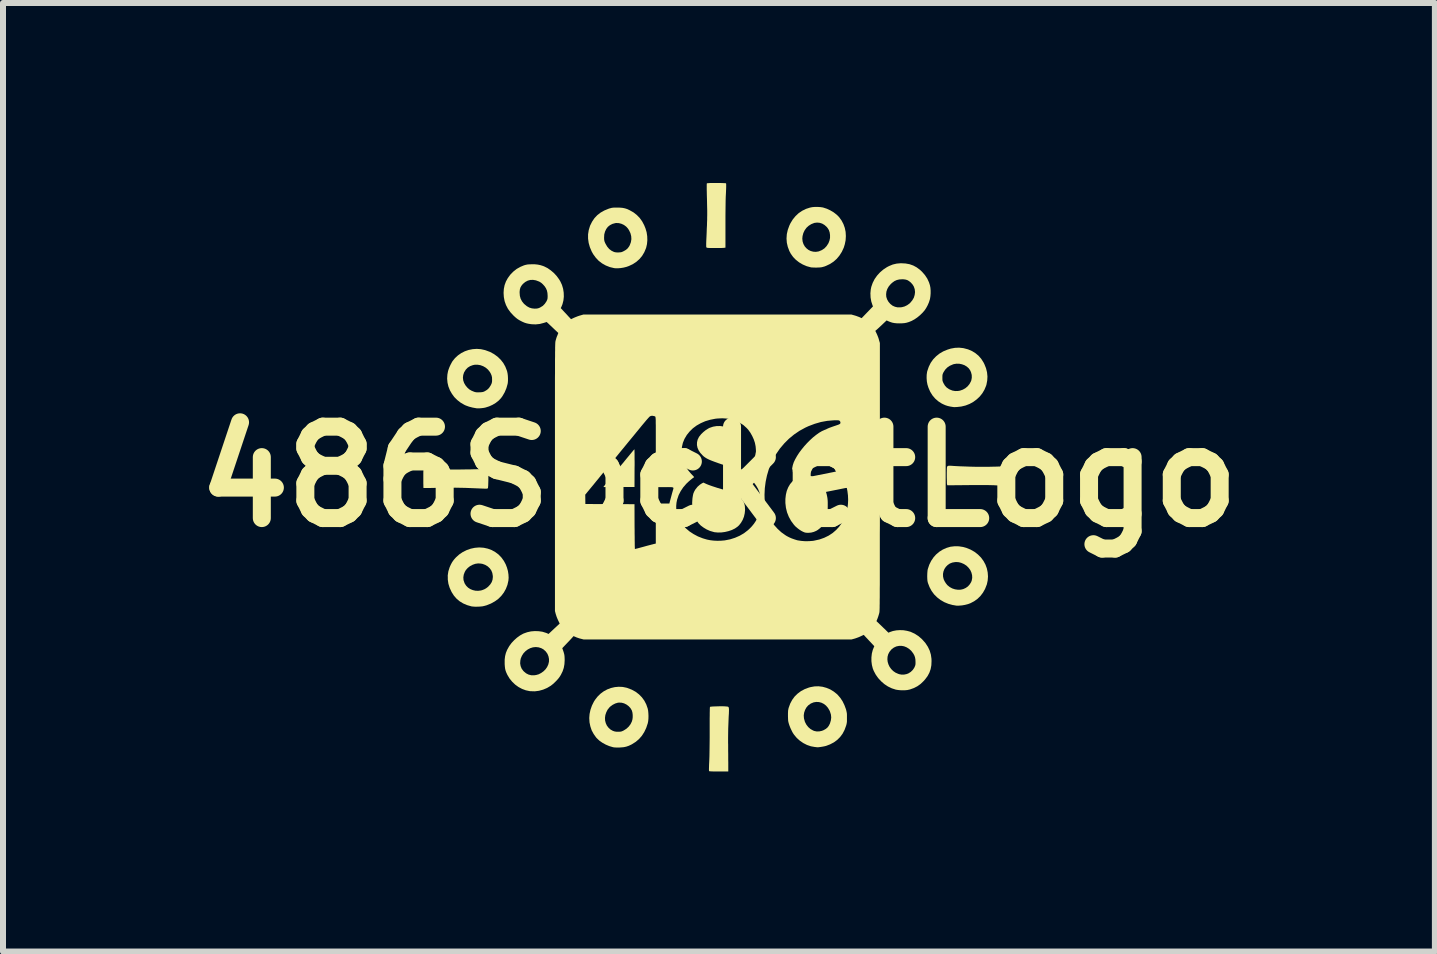
<source format=kicad_pcb>
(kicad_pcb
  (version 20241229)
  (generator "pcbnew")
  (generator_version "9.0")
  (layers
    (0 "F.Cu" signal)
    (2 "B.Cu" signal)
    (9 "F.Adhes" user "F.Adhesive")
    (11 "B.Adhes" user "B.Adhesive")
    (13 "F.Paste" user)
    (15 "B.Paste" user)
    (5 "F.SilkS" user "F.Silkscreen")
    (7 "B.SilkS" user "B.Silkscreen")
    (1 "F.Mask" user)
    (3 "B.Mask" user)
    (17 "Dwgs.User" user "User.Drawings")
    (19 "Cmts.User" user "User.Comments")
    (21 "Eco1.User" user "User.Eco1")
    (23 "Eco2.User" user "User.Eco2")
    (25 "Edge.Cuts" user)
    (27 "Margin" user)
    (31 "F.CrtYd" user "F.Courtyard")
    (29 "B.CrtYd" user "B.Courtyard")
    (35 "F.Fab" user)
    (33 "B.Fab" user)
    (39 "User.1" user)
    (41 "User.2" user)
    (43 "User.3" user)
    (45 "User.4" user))
  (footprint "486SocketLogo"
    (layer "F.Cu")
    (at 8.934 4.896)
    (property "Reference" "486SocketLogo" (at 0 0 0) (layer "F.SilkS") (effects (font (size 1.524 1.524) (thickness 0.3))))
    (attr board_only exclude_from_pos_files exclude_from_bom)
    (fp_poly (pts (xy -1.409 -0.452) (xy -1.408 -0.438) (xy -1.408 -0.414) (xy -1.407 -0.383) (xy -1.407 -0.344) (xy -1.407 -0.299) (xy -1.406 -0.248) (xy -1.406 -0.192) (xy -1.407 -0.144) (xy -1.408 0.171) (xy -1.667 0.172) (xy -1.718 0.173) (xy -1.766 0.173) (xy -1.809 0.173) (xy -1.847 0.173) (xy -1.879 0.172) (xy -1.904 0.172) (xy -1.92 0.172) (xy -1.926 0.171) (xy -1.926 0.171) (xy -1.923 0.167) (xy -1.914 0.155) (xy -1.9 0.138) (xy -1.882 0.115) (xy -1.86 0.088) (xy -1.836 0.058) (xy -1.828 0.049) (xy -1.803 0.018) (xy -1.772 -0.019) (xy -1.738 -0.061) (xy -1.701 -0.106) (xy -1.662 -0.153) (xy -1.624 -0.2) (xy -1.586 -0.245) (xy -1.572 -0.263) (xy -1.54 -0.302) (xy -1.51 -0.338) (xy -1.483 -0.371) (xy -1.459 -0.4) (xy -1.439 -0.424) (xy -1.424 -0.442) (xy -1.414 -0.453) (xy -1.41 -0.457)) (stroke (width 0) (type solid)) (fill yes) (layer "F.SilkS"))
    (fp_poly (pts (xy 0.078 -0.837) (xy 0.135 -0.821) (xy 0.189 -0.796) (xy 0.238 -0.763) (xy 0.282 -0.723) (xy 0.305 -0.696) (xy 0.331 -0.653) (xy 0.349 -0.604) (xy 0.36 -0.549) (xy 0.362 -0.488) (xy 0.362 -0.469) (xy 0.354 -0.411) (xy 0.339 -0.36) (xy 0.314 -0.314) (xy 0.282 -0.275) (xy 0.24 -0.242) (xy 0.221 -0.23) (xy 0.208 -0.225) (xy 0.188 -0.218) (xy 0.163 -0.211) (xy 0.138 -0.204) (xy 0.113 -0.199) (xy 0.094 -0.196) (xy 0.082 -0.195) (xy 0.076 -0.197) (xy 0.061 -0.202) (xy 0.039 -0.209) (xy 0.013 -0.218) (xy -0.017 -0.228) (xy -0.018 -0.229) (xy -0.072 -0.248) (xy -0.117 -0.265) (xy -0.154 -0.28) (xy -0.186 -0.295) (xy -0.212 -0.309) (xy -0.235 -0.324) (xy -0.255 -0.339) (xy -0.272 -0.355) (xy -0.31 -0.396) (xy -0.339 -0.439) (xy -0.358 -0.483) (xy -0.367 -0.528) (xy -0.366 -0.573) (xy -0.356 -0.617) (xy -0.335 -0.66) (xy -0.33 -0.668) (xy -0.299 -0.707) (xy -0.261 -0.744) (xy -0.219 -0.778) (xy -0.175 -0.805) (xy -0.155 -0.815) (xy -0.099 -0.834) (xy -0.04 -0.844) (xy 0.019 -0.845)) (stroke (width 0) (type solid)) (fill yes) (layer "F.SilkS"))
    (fp_poly (pts (xy -0.236 0.109) (xy -0.21 0.121) (xy -0.181 0.133) (xy -0.149 0.145) (xy -0.112 0.158) (xy -0.069 0.172) (xy -0.02 0.188) (xy 0.038 0.205) (xy 0.076 0.216) (xy 0.137 0.235) (xy 0.188 0.252) (xy 0.232 0.27) (xy 0.269 0.287) (xy 0.301 0.306) (xy 0.329 0.327) (xy 0.355 0.35) (xy 0.362 0.356) (xy 0.389 0.385) (xy 0.407 0.413) (xy 0.42 0.442) (xy 0.429 0.476) (xy 0.432 0.498) (xy 0.435 0.554) (xy 0.429 0.611) (xy 0.416 0.667) (xy 0.395 0.72) (xy 0.367 0.768) (xy 0.334 0.81) (xy 0.309 0.833) (xy 0.266 0.863) (xy 0.215 0.888) (xy 0.159 0.907) (xy 0.1 0.921) (xy 0.04 0.929) (xy -0.019 0.93) (xy -0.074 0.925) (xy -0.089 0.921) (xy -0.148 0.904) (xy -0.205 0.879) (xy -0.257 0.848) (xy -0.304 0.813) (xy -0.342 0.774) (xy -0.346 0.768) (xy -0.384 0.712) (xy -0.413 0.651) (xy -0.433 0.584) (xy -0.444 0.512) (xy -0.447 0.435) (xy -0.442 0.36) (xy -0.435 0.316) (xy -0.427 0.28) (xy -0.414 0.249) (xy -0.397 0.218) (xy -0.392 0.211) (xy -0.357 0.167) (xy -0.317 0.132) (xy -0.288 0.113) (xy -0.26 0.098)) (stroke (width 0) (type solid)) (fill yes) (layer "F.SilkS"))
    (fp_poly (pts (xy 1.484 -0.019) (xy 1.54 -0.008) (xy 1.594 0.012) (xy 1.647 0.042) (xy 1.683 0.068) (xy 1.703 0.086) (xy 1.717 0.101) (xy 1.729 0.119) (xy 1.741 0.141) (xy 1.742 0.144) (xy 1.763 0.192) (xy 1.78 0.24) (xy 1.795 0.292) (xy 1.801 0.32) (xy 1.805 0.34) (xy 1.808 0.359) (xy 1.81 0.378) (xy 1.812 0.4) (xy 1.813 0.426) (xy 1.813 0.459) (xy 1.813 0.492) (xy 1.812 0.549) (xy 1.809 0.597) (xy 1.805 0.638) (xy 1.799 0.673) (xy 1.79 0.705) (xy 1.779 0.734) (xy 1.774 0.744) (xy 1.751 0.784) (xy 1.72 0.822) (xy 1.684 0.858) (xy 1.647 0.887) (xy 1.62 0.903) (xy 1.58 0.92) (xy 1.537 0.931) (xy 1.494 0.935) (xy 1.454 0.934) (xy 1.432 0.93) (xy 1.404 0.919) (xy 1.373 0.903) (xy 1.339 0.881) (xy 1.306 0.856) (xy 1.276 0.83) (xy 1.251 0.803) (xy 1.25 0.802) (xy 1.202 0.737) (xy 1.164 0.668) (xy 1.135 0.595) (xy 1.116 0.518) (xy 1.107 0.438) (xy 1.107 0.371) (xy 1.115 0.301) (xy 1.13 0.236) (xy 1.154 0.177) (xy 1.185 0.124) (xy 1.223 0.079) (xy 1.268 0.041) (xy 1.319 0.011) (xy 1.32 0.01) (xy 1.373 -0.009) (xy 1.428 -0.019)) (stroke (width 0) (type solid)) (fill yes) (layer "F.SilkS"))
    (fp_poly (pts (xy -0.023 -4.896) (xy 0.012 -4.896) (xy 0.044 -4.895) (xy 0.073 -4.894) (xy 0.096 -4.893) (xy 0.111 -4.892) (xy 0.117 -4.89) (xy 0.119 -4.885) (xy 0.12 -4.874) (xy 0.12 -4.856) (xy 0.12 -4.829) (xy 0.119 -4.795) (xy 0.117 -4.751) (xy 0.116 -4.725) (xy 0.113 -4.67) (xy 0.111 -4.604) (xy 0.11 -4.528) (xy 0.109 -4.442) (xy 0.108 -4.345) (xy 0.108 -4.237) (xy 0.108 -4.192) (xy 0.108 -3.818) (xy 0.084 -3.815) (xy 0.072 -3.814) (xy 0.052 -3.813) (xy 0.025 -3.812) (xy -0.007 -3.812) (xy -0.041 -3.812) (xy -0.076 -3.812) (xy -0.109 -3.812) (xy -0.14 -3.812) (xy -0.165 -3.813) (xy -0.183 -3.814) (xy -0.19 -3.814) (xy -0.203 -3.818) (xy -0.21 -3.823) (xy -0.212 -3.829) (xy -0.213 -3.84) (xy -0.213 -3.859) (xy -0.213 -3.886) (xy -0.212 -3.921) (xy -0.21 -3.966) (xy -0.208 -4.006) (xy -0.205 -4.076) (xy -0.203 -4.138) (xy -0.2 -4.191) (xy -0.199 -4.239) (xy -0.197 -4.282) (xy -0.197 -4.321) (xy -0.196 -4.359) (xy -0.196 -4.396) (xy -0.196 -4.435) (xy -0.197 -4.476) (xy -0.198 -4.521) (xy -0.199 -4.571) (xy -0.2 -4.624) (xy -0.202 -4.688) (xy -0.203 -4.742) (xy -0.204 -4.787) (xy -0.204 -4.823) (xy -0.204 -4.85) (xy -0.204 -4.87) (xy -0.203 -4.883) (xy -0.202 -4.89) (xy -0.201 -4.89) (xy -0.194 -4.892) (xy -0.179 -4.893) (xy -0.156 -4.895) (xy -0.127 -4.896) (xy -0.094 -4.896) (xy -0.059 -4.896)) (stroke (width 0) (type solid)) (fill yes) (layer "F.SilkS"))
    (fp_poly (pts (xy 0.055 3.826) (xy 0.083 3.827) (xy 0.106 3.828) (xy 0.112 3.829) (xy 0.126 3.83) (xy 0.138 3.831) (xy 0.148 3.833) (xy 0.155 3.836) (xy 0.161 3.843) (xy 0.164 3.853) (xy 0.166 3.868) (xy 0.167 3.888) (xy 0.166 3.916) (xy 0.165 3.951) (xy 0.162 3.995) (xy 0.16 4.042) (xy 0.157 4.122) (xy 0.154 4.198) (xy 0.153 4.274) (xy 0.152 4.354) (xy 0.152 4.439) (xy 0.153 4.461) (xy 0.153 4.514) (xy 0.153 4.568) (xy 0.154 4.622) (xy 0.154 4.674) (xy 0.154 4.721) (xy 0.155 4.763) (xy 0.155 4.795) (xy 0.155 4.797) (xy 0.155 4.913) (xy -0.002 4.913) (xy -0.049 4.913) (xy -0.086 4.913) (xy -0.115 4.912) (xy -0.137 4.911) (xy -0.151 4.91) (xy -0.16 4.909) (xy -0.164 4.907) (xy -0.164 4.907) (xy -0.166 4.901) (xy -0.167 4.887) (xy -0.167 4.866) (xy -0.166 4.836) (xy -0.165 4.797) (xy -0.163 4.759) (xy -0.161 4.715) (xy -0.159 4.661) (xy -0.158 4.598) (xy -0.157 4.525) (xy -0.156 4.442) (xy -0.155 4.349) (xy -0.155 4.246) (xy -0.155 4.231) (xy -0.155 4.152) (xy -0.155 4.084) (xy -0.155 4.026) (xy -0.154 3.976) (xy -0.154 3.935) (xy -0.153 3.901) (xy -0.153 3.876) (xy -0.152 3.857) (xy -0.151 3.844) (xy -0.15 3.838) (xy -0.149 3.836) (xy -0.142 3.834) (xy -0.126 3.832) (xy -0.103 3.83) (xy -0.075 3.829) (xy -0.043 3.828) (xy -0.01 3.827) (xy 0.024 3.826)) (stroke (width 0) (type solid)) (fill yes) (layer "F.SilkS"))
    (fp_poly (pts (xy 3.851 -0.183) (xy 3.875 -0.182) (xy 3.906 -0.18) (xy 3.916 -0.179) (xy 4.01 -0.174) (xy 4.096 -0.171) (xy 4.176 -0.168) (xy 4.252 -0.166) (xy 4.326 -0.165) (xy 4.402 -0.165) (xy 4.48 -0.165) (xy 4.563 -0.167) (xy 4.612 -0.168) (xy 4.674 -0.17) (xy 4.727 -0.171) (xy 4.77 -0.172) (xy 4.805 -0.172) (xy 4.832 -0.172) (xy 4.852 -0.172) (xy 4.865 -0.171) (xy 4.873 -0.17) (xy 4.875 -0.169) (xy 4.877 -0.162) (xy 4.878 -0.147) (xy 4.879 -0.124) (xy 4.88 -0.095) (xy 4.881 -0.063) (xy 4.882 -0.028) (xy 4.882 0.008) (xy 4.882 0.043) (xy 4.882 0.075) (xy 4.881 0.103) (xy 4.88 0.125) (xy 4.879 0.14) (xy 4.877 0.146) (xy 4.871 0.149) (xy 4.858 0.151) (xy 4.837 0.152) (xy 4.808 0.152) (xy 4.77 0.151) (xy 4.723 0.149) (xy 4.667 0.146) (xy 4.618 0.144) (xy 4.585 0.142) (xy 4.548 0.141) (xy 4.509 0.14) (xy 4.465 0.139) (xy 4.416 0.139) (xy 4.361 0.139) (xy 4.298 0.139) (xy 4.227 0.139) (xy 4.146 0.14) (xy 4.146 0.14) (xy 3.806 0.143) (xy 3.802 0.128) (xy 3.8 0.119) (xy 3.799 0.101) (xy 3.799 0.075) (xy 3.798 0.044) (xy 3.797 0.009) (xy 3.797 -0.025) (xy 3.797 -0.067) (xy 3.798 -0.099) (xy 3.798 -0.124) (xy 3.799 -0.142) (xy 3.8 -0.154) (xy 3.801 -0.162) (xy 3.804 -0.168) (xy 3.807 -0.172) (xy 3.808 -0.174) (xy 3.813 -0.178) (xy 3.817 -0.18) (xy 3.824 -0.182) (xy 3.835 -0.183)) (stroke (width 0) (type solid)) (fill yes) (layer "F.SilkS"))
    (fp_poly (pts (xy -4.871 -0.135) (xy -4.843 -0.134) (xy -4.806 -0.133) (xy -4.779 -0.132) (xy -4.734 -0.13) (xy -4.686 -0.128) (xy -4.639 -0.125) (xy -4.594 -0.123) (xy -4.555 -0.122) (xy -4.539 -0.121) (xy -4.512 -0.12) (xy -4.475 -0.12) (xy -4.431 -0.12) (xy -4.38 -0.12) (xy -4.323 -0.12) (xy -4.262 -0.121) (xy -4.199 -0.122) (xy -4.149 -0.122) (xy -4.083 -0.124) (xy -4.027 -0.125) (xy -3.981 -0.125) (xy -3.943 -0.126) (xy -3.912 -0.126) (xy -3.889 -0.125) (xy -3.872 -0.125) (xy -3.86 -0.124) (xy -3.853 -0.123) (xy -3.851 -0.122) (xy -3.849 -0.114) (xy -3.847 -0.098) (xy -3.846 -0.075) (xy -3.845 -0.046) (xy -3.844 -0.013) (xy -3.844 0.022) (xy -3.844 0.058) (xy -3.845 0.092) (xy -3.846 0.124) (xy -3.847 0.152) (xy -3.849 0.173) (xy -3.85 0.187) (xy -3.852 0.191) (xy -3.855 0.194) (xy -3.859 0.196) (xy -3.865 0.198) (xy -3.874 0.199) (xy -3.888 0.199) (xy -3.907 0.199) (xy -3.931 0.198) (xy -3.963 0.197) (xy -4.004 0.195) (xy -4.053 0.193) (xy -4.079 0.192) (xy -4.23 0.186) (xy -4.392 0.183) (xy -4.563 0.184) (xy -4.725 0.186) (xy -4.775 0.187) (xy -4.819 0.188) (xy -4.857 0.188) (xy -4.887 0.188) (xy -4.91 0.188) (xy -4.923 0.187) (xy -4.927 0.186) (xy -4.927 0.18) (xy -4.927 0.165) (xy -4.927 0.141) (xy -4.928 0.112) (xy -4.928 0.077) (xy -4.928 0.038) (xy -4.928 0.029) (xy -4.928 -0.023) (xy -4.928 -0.065) (xy -4.927 -0.097) (xy -4.926 -0.118) (xy -4.924 -0.129) (xy -4.923 -0.13) (xy -4.92 -0.133) (xy -4.915 -0.134) (xy -4.906 -0.135) (xy -4.891 -0.136)) (stroke (width 0) (type solid)) (fill yes) (layer "F.SilkS"))
    (fp_poly (pts (xy -3.921 1.184) (xy -3.853 1.199) (xy -3.788 1.223) (xy -3.729 1.256) (xy -3.674 1.297) (xy -3.626 1.347) (xy -3.585 1.404) (xy -3.555 1.46) (xy -3.534 1.514) (xy -3.518 1.571) (xy -3.509 1.629) (xy -3.506 1.685) (xy -3.51 1.732) (xy -3.526 1.803) (xy -3.552 1.87) (xy -3.586 1.931) (xy -3.628 1.986) (xy -3.678 2.036) (xy -3.736 2.078) (xy -3.801 2.114) (xy -3.873 2.143) (xy -3.909 2.153) (xy -3.939 2.16) (xy -3.976 2.164) (xy -4.015 2.166) (xy -4.055 2.167) (xy -4.091 2.165) (xy -4.12 2.162) (xy -4.126 2.161) (xy -4.199 2.14) (xy -4.264 2.112) (xy -4.322 2.077) (xy -4.373 2.034) (xy -4.417 1.984) (xy -4.454 1.926) (xy -4.457 1.921) (xy -4.489 1.852) (xy -4.51 1.784) (xy -4.52 1.715) (xy -4.52 1.677) (xy -4.261 1.677) (xy -4.258 1.723) (xy -4.243 1.768) (xy -4.237 1.782) (xy -4.213 1.818) (xy -4.182 1.849) (xy -4.145 1.873) (xy -4.103 1.89) (xy -4.059 1.9) (xy -4.013 1.902) (xy -3.967 1.896) (xy -3.946 1.89) (xy -3.91 1.876) (xy -3.882 1.86) (xy -3.854 1.839) (xy -3.846 1.832) (xy -3.812 1.795) (xy -3.788 1.757) (xy -3.774 1.716) (xy -3.769 1.671) (xy -3.77 1.651) (xy -3.778 1.604) (xy -3.795 1.562) (xy -3.821 1.526) (xy -3.854 1.495) (xy -3.895 1.47) (xy -3.941 1.453) (xy -3.969 1.448) (xy -4.015 1.445) (xy -4.062 1.452) (xy -4.107 1.468) (xy -4.15 1.491) (xy -4.188 1.521) (xy -4.219 1.556) (xy -4.237 1.587) (xy -4.254 1.632) (xy -4.261 1.677) (xy -4.52 1.677) (xy -4.521 1.646) (xy -4.511 1.578) (xy -4.49 1.511) (xy -4.47 1.466) (xy -4.452 1.432) (xy -4.433 1.403) (xy -4.412 1.376) (xy -4.386 1.347) (xy -4.382 1.343) (xy -4.33 1.296) (xy -4.271 1.256) (xy -4.207 1.224) (xy -4.139 1.2) (xy -4.069 1.185) (xy -3.998 1.179) (xy -3.994 1.179)) (stroke (width 0) (type solid)) (fill yes) (layer "F.SilkS"))
    (fp_poly (pts (xy 3.998 1.16) (xy 4.069 1.171) (xy 4.123 1.186) (xy 4.194 1.215) (xy 4.259 1.252) (xy 4.316 1.296) (xy 4.367 1.347) (xy 4.409 1.404) (xy 4.442 1.465) (xy 4.465 1.528) (xy 4.479 1.595) (xy 4.484 1.662) (xy 4.479 1.73) (xy 4.465 1.795) (xy 4.462 1.802) (xy 4.435 1.871) (xy 4.4 1.933) (xy 4.358 1.988) (xy 4.309 2.036) (xy 4.253 2.076) (xy 4.192 2.108) (xy 4.152 2.123) (xy 4.102 2.136) (xy 4.05 2.145) (xy 3.999 2.149) (xy 3.961 2.149) (xy 3.945 2.147) (xy 3.924 2.143) (xy 3.9 2.139) (xy 3.897 2.139) (xy 3.824 2.119) (xy 3.756 2.091) (xy 3.693 2.055) (xy 3.636 2.011) (xy 3.586 1.961) (xy 3.544 1.904) (xy 3.51 1.841) (xy 3.484 1.774) (xy 3.478 1.753) (xy 3.474 1.728) (xy 3.472 1.696) (xy 3.471 1.66) (xy 3.472 1.623) (xy 3.472 1.62) (xy 3.734 1.62) (xy 3.735 1.665) (xy 3.745 1.708) (xy 3.76 1.741) (xy 3.781 1.775) (xy 3.805 1.805) (xy 3.81 1.81) (xy 3.846 1.839) (xy 3.888 1.862) (xy 3.934 1.877) (xy 3.982 1.884) (xy 4.029 1.883) (xy 4.072 1.873) (xy 4.113 1.854) (xy 4.15 1.828) (xy 4.18 1.794) (xy 4.203 1.757) (xy 4.213 1.731) (xy 4.221 1.686) (xy 4.219 1.642) (xy 4.208 1.598) (xy 4.189 1.556) (xy 4.161 1.518) (xy 4.127 1.484) (xy 4.086 1.457) (xy 4.078 1.453) (xy 4.036 1.435) (xy 3.997 1.425) (xy 3.957 1.422) (xy 3.935 1.423) (xy 3.889 1.431) (xy 3.848 1.447) (xy 3.812 1.472) (xy 3.782 1.502) (xy 3.758 1.538) (xy 3.742 1.578) (xy 3.734 1.62) (xy 3.472 1.62) (xy 3.474 1.588) (xy 3.477 1.557) (xy 3.481 1.539) (xy 3.505 1.467) (xy 3.537 1.402) (xy 3.577 1.343) (xy 3.618 1.297) (xy 3.672 1.251) (xy 3.731 1.214) (xy 3.794 1.186) (xy 3.859 1.167) (xy 3.928 1.159)) (stroke (width 0) (type solid)) (fill yes) (layer "F.SilkS"))
    (fp_poly (pts (xy 1.691 -4.494) (xy 1.732 -4.488) (xy 1.742 -4.485) (xy 1.8 -4.466) (xy 1.857 -4.439) (xy 1.911 -4.407) (xy 1.959 -4.37) (xy 2 -4.33) (xy 2.004 -4.325) (xy 2.043 -4.271) (xy 2.074 -4.212) (xy 2.097 -4.148) (xy 2.111 -4.081) (xy 2.115 -4.012) (xy 2.111 -3.942) (xy 2.097 -3.873) (xy 2.08 -3.818) (xy 2.048 -3.749) (xy 2.008 -3.686) (xy 1.962 -3.631) (xy 1.909 -3.584) (xy 1.849 -3.545) (xy 1.784 -3.514) (xy 1.758 -3.504) (xy 1.736 -3.498) (xy 1.718 -3.493) (xy 1.7 -3.49) (xy 1.679 -3.488) (xy 1.652 -3.487) (xy 1.632 -3.486) (xy 1.602 -3.486) (xy 1.574 -3.487) (xy 1.551 -3.488) (xy 1.535 -3.489) (xy 1.532 -3.49) (xy 1.462 -3.509) (xy 1.397 -3.537) (xy 1.337 -3.572) (xy 1.283 -3.614) (xy 1.236 -3.662) (xy 1.198 -3.715) (xy 1.173 -3.762) (xy 1.147 -3.831) (xy 1.131 -3.901) (xy 1.126 -3.968) (xy 1.389 -3.968) (xy 1.394 -3.921) (xy 1.408 -3.878) (xy 1.429 -3.84) (xy 1.457 -3.808) (xy 1.491 -3.781) (xy 1.529 -3.762) (xy 1.571 -3.751) (xy 1.615 -3.748) (xy 1.66 -3.755) (xy 1.669 -3.758) (xy 1.716 -3.778) (xy 1.758 -3.806) (xy 1.793 -3.843) (xy 1.821 -3.886) (xy 1.826 -3.895) (xy 1.842 -3.937) (xy 1.851 -3.98) (xy 1.851 -4.026) (xy 1.851 -4.029) (xy 1.845 -4.072) (xy 1.832 -4.111) (xy 1.81 -4.146) (xy 1.794 -4.165) (xy 1.759 -4.196) (xy 1.72 -4.219) (xy 1.679 -4.232) (xy 1.636 -4.236) (xy 1.593 -4.231) (xy 1.586 -4.229) (xy 1.538 -4.21) (xy 1.494 -4.182) (xy 1.457 -4.148) (xy 1.428 -4.107) (xy 1.406 -4.061) (xy 1.393 -4.011) (xy 1.389 -3.968) (xy 1.126 -3.968) (xy 1.126 -3.972) (xy 1.131 -4.044) (xy 1.147 -4.115) (xy 1.173 -4.186) (xy 1.191 -4.224) (xy 1.23 -4.288) (xy 1.276 -4.344) (xy 1.328 -4.393) (xy 1.387 -4.433) (xy 1.453 -4.465) (xy 1.515 -4.485) (xy 1.553 -4.493) (xy 1.598 -4.497) (xy 1.645 -4.497)) (stroke (width 0) (type solid)) (fill yes) (layer "F.SilkS"))
    (fp_poly (pts (xy -1.605 3.504) (xy -1.541 3.517) (xy -1.525 3.522) (xy -1.453 3.55) (xy -1.389 3.585) (xy -1.333 3.628) (xy -1.285 3.677) (xy -1.244 3.733) (xy -1.212 3.795) (xy -1.188 3.864) (xy -1.181 3.899) (xy -1.177 3.941) (xy -1.175 3.987) (xy -1.176 4.033) (xy -1.18 4.075) (xy -1.187 4.111) (xy -1.188 4.113) (xy -1.213 4.188) (xy -1.246 4.257) (xy -1.286 4.319) (xy -1.333 4.373) (xy -1.387 4.419) (xy -1.447 4.457) (xy -1.461 4.465) (xy -1.504 4.485) (xy -1.545 4.499) (xy -1.586 4.508) (xy -1.632 4.512) (xy -1.661 4.514) (xy -1.701 4.514) (xy -1.733 4.513) (xy -1.759 4.51) (xy -1.768 4.508) (xy -1.829 4.49) (xy -1.888 4.465) (xy -1.944 4.434) (xy -1.994 4.399) (xy -2.036 4.359) (xy -2.048 4.346) (xy -2.089 4.288) (xy -2.122 4.227) (xy -2.144 4.161) (xy -2.158 4.094) (xy -2.162 4.025) (xy -2.162 4.019) (xy -1.9 4.019) (xy -1.898 4.064) (xy -1.887 4.107) (xy -1.869 4.147) (xy -1.842 4.183) (xy -1.808 4.214) (xy -1.799 4.219) (xy -1.769 4.236) (xy -1.739 4.246) (xy -1.707 4.251) (xy -1.675 4.251) (xy -1.651 4.25) (xy -1.633 4.248) (xy -1.617 4.243) (xy -1.599 4.235) (xy -1.587 4.229) (xy -1.543 4.201) (xy -1.505 4.166) (xy -1.474 4.125) (xy -1.452 4.08) (xy -1.442 4.044) (xy -1.438 4.009) (xy -1.438 3.971) (xy -1.442 3.934) (xy -1.45 3.903) (xy -1.454 3.893) (xy -1.476 3.856) (xy -1.506 3.824) (xy -1.541 3.798) (xy -1.581 3.778) (xy -1.622 3.767) (xy -1.664 3.765) (xy -1.686 3.767) (xy -1.729 3.78) (xy -1.772 3.802) (xy -1.81 3.83) (xy -1.825 3.844) (xy -1.857 3.884) (xy -1.879 3.928) (xy -1.894 3.973) (xy -1.9 4.019) (xy -2.162 4.019) (xy -2.157 3.955) (xy -2.142 3.885) (xy -2.118 3.816) (xy -2.085 3.749) (xy -2.065 3.718) (xy -2.023 3.664) (xy -1.975 3.617) (xy -1.921 3.577) (xy -1.862 3.545) (xy -1.801 3.522) (xy -1.736 3.507) (xy -1.671 3.501)) (stroke (width 0) (type solid)) (fill yes) (layer "F.SilkS"))
    (fp_poly (pts (xy 4.068 -2.144) (xy 4.079 -2.142) (xy 4.151 -2.123) (xy 4.217 -2.095) (xy 4.275 -2.059) (xy 4.327 -2.016) (xy 4.372 -1.964) (xy 4.41 -1.904) (xy 4.424 -1.876) (xy 4.451 -1.809) (xy 4.468 -1.74) (xy 4.475 -1.67) (xy 4.471 -1.602) (xy 4.458 -1.534) (xy 4.452 -1.515) (xy 4.425 -1.45) (xy 4.39 -1.391) (xy 4.347 -1.337) (xy 4.296 -1.289) (xy 4.239 -1.247) (xy 4.177 -1.213) (xy 4.11 -1.187) (xy 4.039 -1.17) (xy 3.968 -1.162) (xy 3.946 -1.161) (xy 3.925 -1.16) (xy 3.91 -1.161) (xy 3.908 -1.161) (xy 3.857 -1.169) (xy 3.813 -1.179) (xy 3.773 -1.192) (xy 3.735 -1.209) (xy 3.711 -1.221) (xy 3.654 -1.258) (xy 3.603 -1.303) (xy 3.558 -1.356) (xy 3.521 -1.416) (xy 3.492 -1.482) (xy 3.475 -1.536) (xy 3.465 -1.588) (xy 3.461 -1.643) (xy 3.461 -1.65) (xy 3.724 -1.65) (xy 3.724 -1.625) (xy 3.725 -1.607) (xy 3.728 -1.593) (xy 3.734 -1.578) (xy 3.742 -1.559) (xy 3.743 -1.558) (xy 3.766 -1.519) (xy 3.794 -1.488) (xy 3.83 -1.463) (xy 3.844 -1.455) (xy 3.891 -1.436) (xy 3.936 -1.428) (xy 3.983 -1.429) (xy 4.015 -1.434) (xy 4.064 -1.451) (xy 4.107 -1.475) (xy 4.145 -1.507) (xy 4.176 -1.545) (xy 4.199 -1.588) (xy 4.206 -1.606) (xy 4.214 -1.65) (xy 4.213 -1.696) (xy 4.201 -1.742) (xy 4.186 -1.775) (xy 4.162 -1.808) (xy 4.13 -1.836) (xy 4.092 -1.859) (xy 4.05 -1.874) (xy 4.006 -1.883) (xy 3.96 -1.884) (xy 3.915 -1.877) (xy 3.9 -1.872) (xy 3.849 -1.85) (xy 3.806 -1.821) (xy 3.771 -1.785) (xy 3.743 -1.742) (xy 3.741 -1.738) (xy 3.733 -1.721) (xy 3.728 -1.707) (xy 3.725 -1.692) (xy 3.724 -1.674) (xy 3.724 -1.65) (xy 3.461 -1.65) (xy 3.462 -1.698) (xy 3.469 -1.748) (xy 3.473 -1.763) (xy 3.497 -1.833) (xy 3.529 -1.898) (xy 3.57 -1.956) (xy 3.619 -2.007) (xy 3.675 -2.052) (xy 3.738 -2.089) (xy 3.808 -2.118) (xy 3.862 -2.135) (xy 3.933 -2.148) (xy 4.002 -2.151)) (stroke (width 0) (type solid)) (fill yes) (layer "F.SilkS"))
    (fp_poly (pts (xy -1.648 -4.485) (xy -1.605 -4.481) (xy -1.567 -4.473) (xy -1.529 -4.461) (xy -1.491 -4.443) (xy -1.489 -4.442) (xy -1.425 -4.406) (xy -1.37 -4.363) (xy -1.322 -4.314) (xy -1.281 -4.257) (xy -1.247 -4.193) (xy -1.225 -4.139) (xy -1.206 -4.075) (xy -1.196 -4.008) (xy -1.194 -3.942) (xy -1.2 -3.877) (xy -1.214 -3.816) (xy -1.217 -3.808) (xy -1.245 -3.741) (xy -1.281 -3.681) (xy -1.325 -3.628) (xy -1.377 -3.582) (xy -1.436 -3.543) (xy -1.502 -3.512) (xy -1.541 -3.498) (xy -1.588 -3.486) (xy -1.637 -3.478) (xy -1.685 -3.474) (xy -1.728 -3.475) (xy -1.747 -3.477) (xy -1.819 -3.494) (xy -1.887 -3.521) (xy -1.949 -3.556) (xy -2.005 -3.599) (xy -2.054 -3.651) (xy -2.097 -3.71) (xy -2.122 -3.755) (xy -2.152 -3.826) (xy -2.172 -3.897) (xy -2.182 -3.969) (xy -2.182 -3.987) (xy -1.915 -3.987) (xy -1.915 -3.979) (xy -1.914 -3.954) (xy -1.911 -3.935) (xy -1.907 -3.919) (xy -1.899 -3.9) (xy -1.891 -3.883) (xy -1.863 -3.835) (xy -1.83 -3.796) (xy -1.792 -3.767) (xy -1.751 -3.747) (xy -1.732 -3.742) (xy -1.712 -3.739) (xy -1.686 -3.738) (xy -1.676 -3.738) (xy -1.651 -3.74) (xy -1.632 -3.742) (xy -1.615 -3.747) (xy -1.596 -3.756) (xy -1.589 -3.759) (xy -1.551 -3.781) (xy -1.521 -3.807) (xy -1.497 -3.84) (xy -1.486 -3.861) (xy -1.468 -3.91) (xy -1.46 -3.96) (xy -1.463 -4.01) (xy -1.476 -4.06) (xy -1.499 -4.108) (xy -1.517 -4.136) (xy -1.548 -4.17) (xy -1.585 -4.197) (xy -1.626 -4.216) (xy -1.669 -4.227) (xy -1.713 -4.229) (xy -1.728 -4.227) (xy -1.776 -4.214) (xy -1.817 -4.193) (xy -1.852 -4.165) (xy -1.879 -4.129) (xy -1.899 -4.087) (xy -1.912 -4.04) (xy -1.915 -3.987) (xy -2.182 -3.987) (xy -2.182 -4.04) (xy -2.171 -4.11) (xy -2.15 -4.179) (xy -2.147 -4.187) (xy -2.115 -4.251) (xy -2.076 -4.309) (xy -2.029 -4.359) (xy -1.974 -4.402) (xy -1.912 -4.437) (xy -1.842 -4.466) (xy -1.824 -4.472) (xy -1.804 -4.477) (xy -1.786 -4.482) (xy -1.768 -4.484) (xy -1.747 -4.486) (xy -1.721 -4.486) (xy -1.697 -4.486)) (stroke (width 0) (type solid)) (fill yes) (layer "F.SilkS"))
    (fp_poly (pts (xy -3.969 -2.126) (xy -3.901 -2.111) (xy -3.889 -2.107) (xy -3.816 -2.08) (xy -3.75 -2.044) (xy -3.691 -2.001) (xy -3.64 -1.952) (xy -3.596 -1.897) (xy -3.561 -1.835) (xy -3.535 -1.768) (xy -3.531 -1.755) (xy -3.524 -1.722) (xy -3.519 -1.683) (xy -3.517 -1.641) (xy -3.517 -1.6) (xy -3.52 -1.564) (xy -3.523 -1.547) (xy -3.543 -1.476) (xy -3.572 -1.407) (xy -3.609 -1.343) (xy -3.634 -1.309) (xy -3.673 -1.268) (xy -3.72 -1.231) (xy -3.773 -1.199) (xy -3.83 -1.173) (xy -3.889 -1.154) (xy -3.916 -1.148) (xy -3.938 -1.145) (xy -3.964 -1.142) (xy -3.991 -1.14) (xy -4.015 -1.14) (xy -4.033 -1.14) (xy -4.037 -1.14) (xy -4.105 -1.152) (xy -4.167 -1.168) (xy -4.222 -1.188) (xy -4.245 -1.199) (xy -4.307 -1.235) (xy -4.363 -1.279) (xy -4.412 -1.328) (xy -4.452 -1.383) (xy -4.485 -1.441) (xy -4.51 -1.504) (xy -4.525 -1.568) (xy -4.531 -1.635) (xy -4.53 -1.651) (xy -4.268 -1.651) (xy -4.263 -1.606) (xy -4.248 -1.562) (xy -4.224 -1.521) (xy -4.194 -1.485) (xy -4.162 -1.456) (xy -4.125 -1.434) (xy -4.084 -1.417) (xy -4.066 -1.411) (xy -4.049 -1.408) (xy -4.03 -1.406) (xy -4.005 -1.406) (xy -3.995 -1.407) (xy -3.968 -1.408) (xy -3.949 -1.41) (xy -3.933 -1.413) (xy -3.917 -1.419) (xy -3.904 -1.425) (xy -3.866 -1.448) (xy -3.834 -1.478) (xy -3.808 -1.517) (xy -3.801 -1.53) (xy -3.791 -1.551) (xy -3.786 -1.568) (xy -3.783 -1.583) (xy -3.782 -1.603) (xy -3.782 -1.618) (xy -3.783 -1.655) (xy -3.79 -1.686) (xy -3.802 -1.716) (xy -3.819 -1.746) (xy -3.85 -1.785) (xy -3.887 -1.817) (xy -3.93 -1.842) (xy -3.976 -1.859) (xy -4.024 -1.867) (xy -4.072 -1.866) (xy -4.102 -1.86) (xy -4.148 -1.843) (xy -4.188 -1.818) (xy -4.22 -1.785) (xy -4.246 -1.743) (xy -4.249 -1.738) (xy -4.263 -1.695) (xy -4.268 -1.651) (xy -4.53 -1.651) (xy -4.527 -1.702) (xy -4.516 -1.76) (xy -4.506 -1.791) (xy -4.492 -1.828) (xy -4.475 -1.865) (xy -4.457 -1.899) (xy -4.442 -1.925) (xy -4.4 -1.977) (xy -4.35 -2.023) (xy -4.295 -2.061) (xy -4.236 -2.091) (xy -4.172 -2.113) (xy -4.106 -2.126) (xy -4.038 -2.131)) (stroke (width 0) (type solid)) (fill yes) (layer "F.SilkS"))
    (fp_poly (pts (xy 1.726 3.501) (xy 1.791 3.519) (xy 1.854 3.545) (xy 1.913 3.581) (xy 1.967 3.624) (xy 1.979 3.636) (xy 2.022 3.686) (xy 2.06 3.743) (xy 2.091 3.807) (xy 2.116 3.874) (xy 2.12 3.888) (xy 2.125 3.91) (xy 2.129 3.929) (xy 2.132 3.948) (xy 2.133 3.97) (xy 2.133 3.998) (xy 2.133 4.021) (xy 2.133 4.054) (xy 2.133 4.079) (xy 2.131 4.098) (xy 2.128 4.115) (xy 2.124 4.133) (xy 2.119 4.15) (xy 2.093 4.221) (xy 2.06 4.284) (xy 2.019 4.339) (xy 1.971 4.387) (xy 1.915 4.428) (xy 1.852 4.461) (xy 1.787 4.486) (xy 1.768 4.491) (xy 1.744 4.496) (xy 1.717 4.501) (xy 1.691 4.505) (xy 1.667 4.508) (xy 1.648 4.51) (xy 1.638 4.51) (xy 1.631 4.509) (xy 1.617 4.507) (xy 1.598 4.505) (xy 1.597 4.505) (xy 1.531 4.493) (xy 1.467 4.471) (xy 1.406 4.44) (xy 1.349 4.401) (xy 1.297 4.355) (xy 1.253 4.302) (xy 1.243 4.288) (xy 1.226 4.261) (xy 1.209 4.227) (xy 1.191 4.189) (xy 1.176 4.151) (xy 1.165 4.118) (xy 1.16 4.1) (xy 1.156 4.084) (xy 1.153 4.067) (xy 1.152 4.049) (xy 1.151 4.025) (xy 1.15 3.994) (xy 1.15 3.982) (xy 1.15 3.977) (xy 1.413 3.977) (xy 1.416 4.023) (xy 1.418 4.034) (xy 1.433 4.087) (xy 1.457 4.133) (xy 1.488 4.173) (xy 1.526 4.206) (xy 1.569 4.23) (xy 1.589 4.238) (xy 1.629 4.246) (xy 1.672 4.245) (xy 1.715 4.236) (xy 1.743 4.225) (xy 1.78 4.204) (xy 1.808 4.181) (xy 1.83 4.152) (xy 1.848 4.117) (xy 1.85 4.112) (xy 1.865 4.062) (xy 1.871 4.013) (xy 1.866 3.964) (xy 1.85 3.914) (xy 1.842 3.896) (xy 1.816 3.852) (xy 1.784 3.815) (xy 1.748 3.787) (xy 1.708 3.767) (xy 1.666 3.756) (xy 1.622 3.754) (xy 1.578 3.761) (xy 1.534 3.779) (xy 1.522 3.786) (xy 1.486 3.813) (xy 1.457 3.847) (xy 1.435 3.887) (xy 1.42 3.931) (xy 1.413 3.977) (xy 1.15 3.977) (xy 1.15 3.947) (xy 1.151 3.92) (xy 1.152 3.899) (xy 1.155 3.882) (xy 1.158 3.866) (xy 1.162 3.851) (xy 1.187 3.782) (xy 1.22 3.72) (xy 1.261 3.664) (xy 1.31 3.616) (xy 1.366 3.574) (xy 1.43 3.54) (xy 1.5 3.514) (xy 1.526 3.507) (xy 1.592 3.495) (xy 1.659 3.493)) (stroke (width 0) (type solid)) (fill yes) (layer "F.SilkS"))
    (fp_poly (pts (xy 3.111 -3.554) (xy 3.177 -3.542) (xy 3.239 -3.52) (xy 3.296 -3.489) (xy 3.351 -3.448) (xy 3.385 -3.416) (xy 3.433 -3.361) (xy 3.472 -3.302) (xy 3.501 -3.239) (xy 3.516 -3.192) (xy 3.524 -3.152) (xy 3.528 -3.105) (xy 3.528 -3.055) (xy 3.524 -3.006) (xy 3.517 -2.962) (xy 3.514 -2.952) (xy 3.499 -2.905) (xy 3.478 -2.857) (xy 3.453 -2.811) (xy 3.43 -2.776) (xy 3.394 -2.734) (xy 3.352 -2.693) (xy 3.306 -2.655) (xy 3.259 -2.623) (xy 3.213 -2.598) (xy 3.204 -2.594) (xy 3.164 -2.578) (xy 3.127 -2.567) (xy 3.091 -2.56) (xy 3.05 -2.557) (xy 3.013 -2.556) (xy 2.965 -2.557) (xy 2.924 -2.561) (xy 2.888 -2.568) (xy 2.852 -2.58) (xy 2.827 -2.59) (xy 2.794 -2.605) (xy 2.735 -2.549) (xy 2.711 -2.526) (xy 2.686 -2.503) (xy 2.664 -2.482) (xy 2.645 -2.465) (xy 2.641 -2.461) (xy 2.606 -2.431) (xy 2.63 -2.381) (xy 2.642 -2.353) (xy 2.655 -2.32) (xy 2.665 -2.289) (xy 2.667 -2.28) (xy 2.682 -2.229) (xy 2.682 0) (xy 2.682 0.183) (xy 2.682 0.355) (xy 2.682 0.517) (xy 2.682 0.67) (xy 2.682 0.814) (xy 2.681 0.948) (xy 2.681 1.074) (xy 2.681 1.191) (xy 2.681 1.301) (xy 2.681 1.402) (xy 2.681 1.496) (xy 2.681 1.582) (xy 2.681 1.662) (xy 2.681 1.735) (xy 2.681 1.802) (xy 2.68 1.863) (xy 2.68 1.918) (xy 2.68 1.968) (xy 2.68 2.012) (xy 2.679 2.052) (xy 2.679 2.087) (xy 2.679 2.118) (xy 2.678 2.145) (xy 2.678 2.168) (xy 2.678 2.189) (xy 2.677 2.206) (xy 2.677 2.22) (xy 2.676 2.232) (xy 2.676 2.242) (xy 2.675 2.25) (xy 2.674 2.257) (xy 2.674 2.262) (xy 2.673 2.266) (xy 2.672 2.27) (xy 2.672 2.271) (xy 2.665 2.296) (xy 2.656 2.326) (xy 2.646 2.354) (xy 2.644 2.36) (xy 2.625 2.407) (xy 2.648 2.429) (xy 2.659 2.439) (xy 2.676 2.456) (xy 2.697 2.476) (xy 2.721 2.499) (xy 2.746 2.524) (xy 2.748 2.525) (xy 2.825 2.6) (xy 2.849 2.589) (xy 2.899 2.572) (xy 2.956 2.561) (xy 3.015 2.557) (xy 3.076 2.559) (xy 3.135 2.569) (xy 3.191 2.584) (xy 3.196 2.586) (xy 3.263 2.617) (xy 3.325 2.657) (xy 3.382 2.706) (xy 3.434 2.764) (xy 3.442 2.774) (xy 3.482 2.835) (xy 3.512 2.898) (xy 3.532 2.965) (xy 3.542 3.035) (xy 3.543 3.074) (xy 3.54 3.143) (xy 3.528 3.207) (xy 3.507 3.267) (xy 3.477 3.323) (xy 3.436 3.378) (xy 3.411 3.406) (xy 3.361 3.454) (xy 3.308 3.492) (xy 3.25 3.522) (xy 3.186 3.545) (xy 3.179 3.547) (xy 3.138 3.556) (xy 3.091 3.56) (xy 3.041 3.56) (xy 2.992 3.556) (xy 2.947 3.549) (xy 2.945 3.548) (xy 2.88 3.527) (xy 2.816 3.496) (xy 2.757 3.457) (xy 2.703 3.41) (xy 2.654 3.357) (xy 2.613 3.299) (xy 2.58 3.237) (xy 2.564 3.197) (xy 2.549 3.138) (xy 2.541 3.075) (xy 2.541 3.043) (xy 2.807 3.043) (xy 2.812 3.087) (xy 2.825 3.129) (xy 2.844 3.169) (xy 2.871 3.206) (xy 2.904 3.239) (xy 2.943 3.266) (xy 2.988 3.286) (xy 3.007 3.292) (xy 3.045 3.299) (xy 3.086 3.298) (xy 3.126 3.29) (xy 3.156 3.279) (xy 3.196 3.254) (xy 3.23 3.221) (xy 3.256 3.183) (xy 3.259 3.175) (xy 3.267 3.158) (xy 3.272 3.143) (xy 3.275 3.128) (xy 3.276 3.11) (xy 3.276 3.087) (xy 3.274 3.044) (xy 3.267 3.008) (xy 3.255 2.976) (xy 3.237 2.944) (xy 3.205 2.902) (xy 3.168 2.869) (xy 3.128 2.844) (xy 3.086 2.827) (xy 3.042 2.819) (xy 2.999 2.82) (xy 2.956 2.829) (xy 2.915 2.848) (xy 2.878 2.876) (xy 2.871 2.883) (xy 2.842 2.919) (xy 2.821 2.959) (xy 2.81 3) (xy 2.807 3.043) (xy 2.541 3.043) (xy 2.541 3.011) (xy 2.548 2.948) (xy 2.563 2.889) (xy 2.576 2.856) (xy 2.589 2.825) (xy 2.522 2.753) (xy 2.499 2.729) (xy 2.477 2.705) (xy 2.457 2.684) (xy 2.442 2.668) (xy 2.434 2.659) (xy 2.413 2.636) (xy 2.362 2.66) (xy 2.333 2.673) (xy 2.301 2.685) (xy 2.27 2.696) (xy 2.259 2.699) (xy 2.208 2.713) (xy -2.255 2.713) (xy -2.302 2.701) (xy -2.329 2.694) (xy -2.358 2.684) (xy -2.383 2.675) (xy -2.386 2.673) (xy -2.424 2.657) (xy -2.445 2.681) (xy -2.455 2.692) (xy -2.471 2.709) (xy -2.491 2.731) (xy -2.514 2.755) (xy -2.538 2.78) (xy -2.539 2.781) (xy -2.612 2.858) (xy -2.601 2.888) (xy -2.589 2.924) (xy -2.58 2.956) (xy -2.575 2.986) (xy -2.573 3.02) (xy -2.572 3.058) (xy -2.576 3.125) (xy -2.587 3.186) (xy -2.606 3.243) (xy -2.634 3.3) (xy -2.652 3.33) (xy -2.672 3.358) (xy -2.698 3.388) (xy -2.728 3.419) (xy -2.759 3.449) (xy -2.789 3.473) (xy -2.803 3.484) (xy -2.865 3.521) (xy -2.931 3.549) (xy -3 3.568) (xy -3.069 3.577) (xy -3.139 3.575) (xy -3.154 3.574) (xy -3.22 3.56) (xy -3.282 3.537) (xy -3.342 3.505) (xy -3.397 3.465) (xy -3.447 3.417) (xy -3.491 3.363) (xy -3.527 3.303) (xy -3.534 3.288) (xy -3.548 3.257) (xy -3.558 3.228) (xy -3.565 3.198) (xy -3.569 3.165) (xy -3.572 3.125) (xy -3.572 3.112) (xy -3.572 3.112) (xy -3.314 3.112) (xy -3.306 3.157) (xy -3.289 3.199) (xy -3.261 3.237) (xy -3.251 3.247) (xy -3.215 3.277) (xy -3.174 3.298) (xy -3.13 3.309) (xy -3.082 3.31) (xy -3.047 3.305) (xy -3.005 3.293) (xy -2.963 3.271) (xy -2.924 3.243) (xy -2.89 3.209) (xy -2.865 3.173) (xy -2.845 3.13) (xy -2.834 3.084) (xy -2.833 3.039) (xy -2.842 2.994) (xy -2.859 2.952) (xy -2.886 2.914) (xy -2.894 2.906) (xy -2.927 2.877) (xy -2.962 2.858) (xy -3.003 2.845) (xy -3.006 2.844) (xy -3.054 2.839) (xy -3.101 2.844) (xy -3.146 2.858) (xy -3.188 2.88) (xy -3.226 2.909) (xy -3.259 2.944) (xy -3.285 2.985) (xy -3.304 3.03) (xy -3.311 3.065) (xy -3.314 3.112) (xy -3.572 3.112) (xy -3.572 3.048) (xy -3.565 2.991) (xy -3.552 2.938) (xy -3.531 2.886) (xy -3.502 2.834) (xy -3.494 2.821) (xy -3.458 2.772) (xy -3.415 2.726) (xy -3.367 2.683) (xy -3.316 2.646) (xy -3.264 2.617) (xy -3.255 2.613) (xy -3.196 2.592) (xy -3.133 2.578) (xy -3.069 2.573) (xy -3.005 2.575) (xy -2.943 2.584) (xy -2.885 2.602) (xy -2.871 2.607) (xy -2.841 2.621) (xy -2.748 2.534) (xy -2.655 2.448) (xy -2.68 2.396) (xy -2.693 2.367) (xy -2.706 2.335) (xy -2.716 2.303) (xy -2.72 2.292) (xy -2.734 2.239) (xy -2.734 0.299) (xy -2.229 0.299) (xy -2.228 0.377) (xy -2.227 0.455) (xy -1.817 0.456) (xy -1.408 0.458) (xy -1.407 0.831) (xy -1.406 0.893) (xy -1.406 0.952) (xy -1.405 1.006) (xy -1.405 1.056) (xy -1.404 1.1) (xy -1.404 1.137) (xy -1.403 1.167) (xy -1.402 1.189) (xy -1.402 1.202) (xy -1.401 1.205) (xy -1.395 1.204) (xy -1.381 1.2) (xy -1.359 1.195) (xy -1.333 1.188) (xy -1.308 1.181) (xy -1.263 1.169) (xy -1.227 1.159) (xy -1.198 1.151) (xy -1.175 1.145) (xy -1.156 1.14) (xy -1.14 1.136) (xy -1.126 1.132) (xy -1.112 1.129) (xy -1.099 1.125) (xy -1.053 1.114) (xy -1.053 0.487) (xy -0.713 0.487) (xy -0.712 0.541) (xy -0.706 0.592) (xy -0.7 0.616) (xy -0.676 0.684) (xy -0.643 0.748) (xy -0.601 0.807) (xy -0.55 0.862) (xy -0.491 0.912) (xy -0.424 0.956) (xy -0.351 0.995) (xy -0.27 1.027) (xy -0.199 1.048) (xy -0.148 1.058) (xy -0.091 1.065) (xy -0.03 1.068) (xy 0.031 1.067) (xy 0.089 1.062) (xy 0.098 1.061) (xy 0.185 1.044) (xy 0.267 1.018) (xy 0.345 0.984) (xy 0.417 0.942) (xy 0.482 0.892) (xy 0.506 0.87) (xy 0.548 0.827) (xy 0.583 0.784) (xy 0.613 0.739) (xy 0.639 0.691) (xy 0.661 0.636) (xy 0.682 0.574) (xy 0.687 0.558) (xy 0.692 0.538) (xy 0.696 0.523) (xy 0.698 0.507) (xy 0.699 0.491) (xy 0.7 0.47) (xy 0.699 0.443) (xy 0.698 0.424) (xy 0.694 0.359) (xy 0.685 0.302) (xy 0.685 0.301) (xy 0.759 0.301) (xy 0.762 0.41) (xy 0.769 0.472) (xy 0.775 0.508) (xy 0.787 0.55) (xy 0.802 0.595) (xy 0.82 0.64) (xy 0.833 0.668) (xy 0.873 0.739) (xy 0.921 0.807) (xy 0.977 0.869) (xy 1.039 0.926) (xy 1.106 0.974) (xy 1.13 0.989) (xy 1.168 1.009) (xy 1.211 1.028) (xy 1.256 1.044) (xy 1.297 1.057) (xy 1.313 1.061) (xy 1.373 1.07) (xy 1.437 1.075) (xy 1.504 1.074) (xy 1.568 1.069) (xy 1.589 1.065) (xy 1.675 1.046) (xy 1.754 1.018) (xy 1.828 0.982) (xy 1.895 0.938) (xy 1.955 0.886) (xy 2.004 0.832) (xy 2.05 0.769) (xy 2.086 0.703) (xy 2.114 0.633) (xy 2.135 0.558) (xy 2.142 0.521) (xy 2.15 0.454) (xy 2.153 0.384) (xy 2.15 0.312) (xy 2.141 0.24) (xy 2.128 0.171) (xy 2.111 0.107) (xy 2.089 0.05) (xy 2.084 0.039) (xy 2.052 -0.014) (xy 2.011 -0.063) (xy 1.964 -0.106) (xy 1.909 -0.144) (xy 1.85 -0.175) (xy 1.786 -0.199) (xy 1.718 -0.217) (xy 1.648 -0.226) (xy 1.577 -0.228) (xy 1.506 -0.221) (xy 1.497 -0.219) (xy 1.454 -0.209) (xy 1.408 -0.196) (xy 1.363 -0.18) (xy 1.321 -0.161) (xy 1.286 -0.143) (xy 1.268 -0.131) (xy 1.252 -0.124) (xy 1.237 -0.121) (xy 1.22 -0.121) (xy 1.222 -0.151) (xy 1.231 -0.194) (xy 1.247 -0.242) (xy 1.271 -0.292) (xy 1.301 -0.345) (xy 1.336 -0.399) (xy 1.377 -0.454) (xy 1.421 -0.508) (xy 1.468 -0.56) (xy 1.517 -0.609) (xy 1.567 -0.655) (xy 1.618 -0.696) (xy 1.668 -0.732) (xy 1.716 -0.76) (xy 1.763 -0.781) (xy 1.779 -0.787) (xy 1.79 -0.791) (xy 1.795 -0.795) (xy 1.801 -0.798) (xy 1.815 -0.804) (xy 1.835 -0.813) (xy 1.86 -0.822) (xy 1.887 -0.832) (xy 1.916 -0.842) (xy 1.937 -0.849) (xy 1.969 -0.86) (xy 1.992 -0.868) (xy 2.007 -0.875) (xy 2.017 -0.882) (xy 2.022 -0.888) (xy 2.024 -0.893) (xy 2.024 -0.912) (xy 2.015 -0.928) (xy 2.001 -0.938) (xy 1.989 -0.94) (xy 1.966 -0.941) (xy 1.934 -0.941) (xy 1.908 -0.94) (xy 1.804 -0.931) (xy 1.7 -0.912) (xy 1.596 -0.882) (xy 1.493 -0.843) (xy 1.439 -0.818) (xy 1.342 -0.765) (xy 1.251 -0.703) (xy 1.166 -0.633) (xy 1.088 -0.555) (xy 1.016 -0.47) (xy 0.952 -0.377) (xy 0.896 -0.278) (xy 0.868 -0.219) (xy 0.83 -0.123) (xy 0.8 -0.021) (xy 0.778 0.084) (xy 0.764 0.192) (xy 0.759 0.301) (xy 0.685 0.301) (xy 0.671 0.25) (xy 0.651 0.202) (xy 0.624 0.155) (xy 0.589 0.106) (xy 0.568 0.08) (xy 0.536 0.046) (xy 0.497 0.011) (xy 0.454 -0.024) (xy 0.41 -0.054) (xy 0.367 -0.08) (xy 0.355 -0.085) (xy 0.342 -0.093) (xy 0.333 -0.098) (xy 0.332 -0.1) (xy 0.336 -0.103) (xy 0.348 -0.109) (xy 0.365 -0.117) (xy 0.367 -0.118) (xy 0.427 -0.147) (xy 0.479 -0.18) (xy 0.523 -0.217) (xy 0.558 -0.257) (xy 0.585 -0.3) (xy 0.602 -0.345) (xy 0.606 -0.364) (xy 0.609 -0.382) (xy 0.612 -0.398) (xy 0.614 -0.405) (xy 0.616 -0.418) (xy 0.616 -0.439) (xy 0.614 -0.468) (xy 0.611 -0.503) (xy 0.61 -0.51) (xy 0.599 -0.565) (xy 0.58 -0.622) (xy 0.554 -0.679) (xy 0.523 -0.734) (xy 0.487 -0.784) (xy 0.461 -0.812) (xy 0.407 -0.861) (xy 0.347 -0.9) (xy 0.281 -0.932) (xy 0.21 -0.955) (xy 0.134 -0.969) (xy 0.054 -0.974) (xy -0.029 -0.97) (xy -0.063 -0.966) (xy -0.148 -0.949) (xy -0.229 -0.925) (xy -0.304 -0.892) (xy -0.373 -0.853) (xy -0.435 -0.807) (xy -0.489 -0.754) (xy -0.536 -0.696) (xy -0.574 -0.632) (xy -0.576 -0.628) (xy -0.602 -0.564) (xy -0.617 -0.498) (xy -0.623 -0.431) (xy -0.62 -0.364) (xy -0.607 -0.297) (xy -0.585 -0.231) (xy -0.553 -0.167) (xy -0.513 -0.106) (xy -0.464 -0.048) (xy -0.451 -0.035) (xy -0.433 -0.016) (xy -0.42 -0.002) (xy -0.415 0.007) (xy -0.415 0.009) (xy -0.425 0.015) (xy -0.44 0.026) (xy -0.46 0.042) (xy -0.482 0.06) (xy -0.505 0.08) (xy -0.526 0.1) (xy -0.544 0.117) (xy -0.596 0.177) (xy -0.638 0.24) (xy -0.672 0.306) (xy -0.696 0.377) (xy -0.698 0.383) (xy -0.708 0.433) (xy -0.713 0.487) (xy -1.053 0.487) (xy -1.053 0.447) (xy -0.827 0.447) (xy -0.816 0.404) (xy -0.798 0.337) (xy -0.78 0.27) (xy -0.771 0.239) (xy -0.766 0.22) (xy -0.761 0.205) (xy -0.759 0.194) (xy -0.76 0.185) (xy -0.765 0.18) (xy -0.776 0.176) (xy -0.793 0.174) (xy -0.817 0.174) (xy -0.849 0.173) (xy -0.891 0.174) (xy -0.905 0.174) (xy -1.053 0.174) (xy -1.053 -0.41) (xy -1.053 -0.501) (xy -1.053 -0.581) (xy -1.053 -0.653) (xy -1.053 -0.716) (xy -1.053 -0.77) (xy -1.053 -0.817) (xy -1.053 -0.857) (xy -1.054 -0.891) (xy -1.054 -0.919) (xy -1.054 -0.941) (xy -1.055 -0.959) (xy -1.056 -0.973) (xy -1.057 -0.983) (xy -1.058 -0.99) (xy -1.059 -0.995) (xy -1.06 -0.999) (xy -1.061 -1.001) (xy -1.063 -1.003) (xy -1.063 -1.003) (xy -1.078 -1.01) (xy -1.101 -1.014) (xy -1.104 -1.015) (xy -1.124 -1.015) (xy -1.137 -1.012) (xy -1.15 -1.006) (xy -1.153 -1.004) (xy -1.161 -0.997) (xy -1.174 -0.983) (xy -1.192 -0.963) (xy -1.214 -0.938) (xy -1.238 -0.909) (xy -1.264 -0.878) (xy -1.27 -0.871) (xy -1.29 -0.847) (xy -1.315 -0.816) (xy -1.346 -0.778) (xy -1.381 -0.736) (xy -1.419 -0.689) (xy -1.461 -0.638) (xy -1.504 -0.586) (xy -1.549 -0.531) (xy -1.594 -0.476) (xy -1.637 -0.424) (xy -1.684 -0.366) (xy -1.732 -0.307) (xy -1.782 -0.246) (xy -1.832 -0.185) (xy -1.881 -0.125) (xy -1.928 -0.068) (xy -1.972 -0.015) (xy -2.011 0.034) (xy -2.046 0.076) (xy -2.066 0.101) (xy -2.229 0.299) (xy -2.734 0.299) (xy -2.734 0.011) (xy -2.734 -0.172) (xy -2.734 -0.344) (xy -2.734 -0.507) (xy -2.734 -0.66) (xy -2.734 -0.803) (xy -2.734 -0.938) (xy -2.734 -1.063) (xy -2.734 -1.181) (xy -2.734 -1.29) (xy -2.734 -1.391) (xy -2.734 -1.485) (xy -2.734 -1.572) (xy -2.734 -1.652) (xy -2.733 -1.725) (xy -2.733 -1.792) (xy -2.733 -1.852) (xy -2.733 -1.907) (xy -2.733 -1.957) (xy -2.732 -2.002) (xy -2.732 -2.041) (xy -2.732 -2.076) (xy -2.731 -2.107) (xy -2.731 -2.134) (xy -2.731 -2.158) (xy -2.73 -2.178) (xy -2.73 -2.195) (xy -2.729 -2.21) (xy -2.729 -2.222) (xy -2.728 -2.231) (xy -2.728 -2.239) (xy -2.727 -2.246) (xy -2.726 -2.251) (xy -2.726 -2.256) (xy -2.725 -2.26) (xy -2.725 -2.261) (xy -2.718 -2.286) (xy -2.709 -2.316) (xy -2.699 -2.344) (xy -2.696 -2.349) (xy -2.678 -2.396) (xy -2.748 -2.462) (xy -2.773 -2.486) (xy -2.797 -2.509) (xy -2.819 -2.529) (xy -2.836 -2.546) (xy -2.845 -2.554) (xy -2.872 -2.579) (xy -2.919 -2.564) (xy -2.988 -2.546) (xy -3.057 -2.539) (xy -3.127 -2.542) (xy -3.178 -2.55) (xy -3.212 -2.558) (xy -3.243 -2.568) (xy -3.275 -2.582) (xy -3.297 -2.593) (xy -3.329 -2.61) (xy -3.356 -2.627) (xy -3.382 -2.647) (xy -3.41 -2.672) (xy -3.422 -2.683) (xy -3.475 -2.74) (xy -3.518 -2.799) (xy -3.55 -2.861) (xy -3.573 -2.926) (xy -3.586 -2.995) (xy -3.59 -3.061) (xy -3.59 -3.068) (xy -3.323 -3.068) (xy -3.319 -3.015) (xy -3.306 -2.967) (xy -3.283 -2.923) (xy -3.251 -2.883) (xy -3.242 -2.875) (xy -3.202 -2.842) (xy -3.161 -2.819) (xy -3.118 -2.806) (xy -3.07 -2.801) (xy -3.06 -2.802) (xy -3.035 -2.803) (xy -3.016 -2.807) (xy -2.997 -2.813) (xy -2.977 -2.823) (xy -2.936 -2.848) (xy -2.903 -2.882) (xy -2.876 -2.922) (xy -2.872 -2.93) (xy -2.864 -2.948) (xy -2.859 -2.963) (xy -2.857 -2.979) (xy -2.856 -2.999) (xy -2.856 -3.016) (xy -2.859 -3.063) (xy -2.868 -3.104) (xy -2.884 -3.141) (xy -2.907 -3.176) (xy -2.91 -3.179) (xy -2.935 -3.207) (xy -2.959 -3.229) (xy -2.986 -3.247) (xy -3.003 -3.255) (xy -3.051 -3.273) (xy -3.098 -3.281) (xy -3.144 -3.28) (xy -3.188 -3.268) (xy -3.229 -3.246) (xy -3.266 -3.215) (xy -3.271 -3.21) (xy -3.294 -3.181) (xy -3.31 -3.152) (xy -3.319 -3.12) (xy -3.323 -3.082) (xy -3.323 -3.068) (xy -3.59 -3.068) (xy -3.586 -3.13) (xy -3.573 -3.194) (xy -3.551 -3.254) (xy -3.519 -3.312) (xy -3.477 -3.369) (xy -3.477 -3.369) (xy -3.427 -3.42) (xy -3.371 -3.464) (xy -3.308 -3.499) (xy -3.253 -3.522) (xy -3.231 -3.529) (xy -3.213 -3.533) (xy -3.195 -3.537) (xy -3.175 -3.539) (xy -3.148 -3.54) (xy -3.126 -3.541) (xy -3.071 -3.541) (xy -3.023 -3.536) (xy -2.978 -3.527) (xy -2.933 -3.513) (xy -2.913 -3.505) (xy -2.857 -3.477) (xy -2.803 -3.439) (xy -2.751 -3.395) (xy -2.705 -3.345) (xy -2.665 -3.29) (xy -2.645 -3.257) (xy -2.617 -3.197) (xy -2.598 -3.133) (xy -2.588 -3.067) (xy -2.586 -3.001) (xy -2.593 -2.937) (xy -2.609 -2.875) (xy -2.623 -2.84) (xy -2.637 -2.81) (xy -2.572 -2.74) (xy -2.549 -2.716) (xy -2.528 -2.693) (xy -2.509 -2.672) (xy -2.494 -2.656) (xy -2.486 -2.648) (xy -2.466 -2.626) (xy -2.415 -2.65) (xy -2.386 -2.662) (xy -2.353 -2.675) (xy -2.323 -2.685) (xy -2.312 -2.688) (xy -2.261 -2.703) (xy 2.208 -2.703) (xy 2.258 -2.689) (xy 2.285 -2.681) (xy 2.312 -2.671) (xy 2.336 -2.662) (xy 2.343 -2.659) (xy 2.378 -2.643) (xy 2.567 -2.839) (xy 2.559 -2.858) (xy 2.539 -2.92) (xy 2.527 -2.987) (xy 2.525 -3.041) (xy 2.786 -3.041) (xy 2.789 -2.997) (xy 2.803 -2.955) (xy 2.825 -2.916) (xy 2.856 -2.88) (xy 2.893 -2.851) (xy 2.933 -2.833) (xy 2.976 -2.823) (xy 3.023 -2.823) (xy 3.05 -2.826) (xy 3.094 -2.838) (xy 3.137 -2.859) (xy 3.176 -2.887) (xy 3.19 -2.901) (xy 3.223 -2.941) (xy 3.248 -2.984) (xy 3.262 -3.03) (xy 3.268 -3.077) (xy 3.263 -3.124) (xy 3.26 -3.134) (xy 3.248 -3.169) (xy 3.229 -3.201) (xy 3.203 -3.231) (xy 3.195 -3.239) (xy 3.166 -3.262) (xy 3.138 -3.278) (xy 3.106 -3.287) (xy 3.069 -3.291) (xy 3.053 -3.291) (xy 3.005 -3.288) (xy 2.963 -3.278) (xy 2.924 -3.26) (xy 2.887 -3.233) (xy 2.863 -3.211) (xy 2.83 -3.172) (xy 2.806 -3.13) (xy 2.791 -3.086) (xy 2.786 -3.041) (xy 2.525 -3.041) (xy 2.524 -3.055) (xy 2.53 -3.122) (xy 2.539 -3.165) (xy 2.562 -3.231) (xy 2.594 -3.294) (xy 2.635 -3.352) (xy 2.684 -3.406) (xy 2.739 -3.453) (xy 2.801 -3.494) (xy 2.836 -3.512) (xy 2.897 -3.537) (xy 2.96 -3.552) (xy 3.026 -3.558) (xy 3.04 -3.558)) (stroke (width 0) (type solid)) (fill yes) (layer "F.SilkS")))
  (gr_rect
    (start -3 -3)
    (end 20.867 12.81)
    (stroke (width 0.1) (type default))
    (fill no)
    (layer "Edge.Cuts")))
</source>
